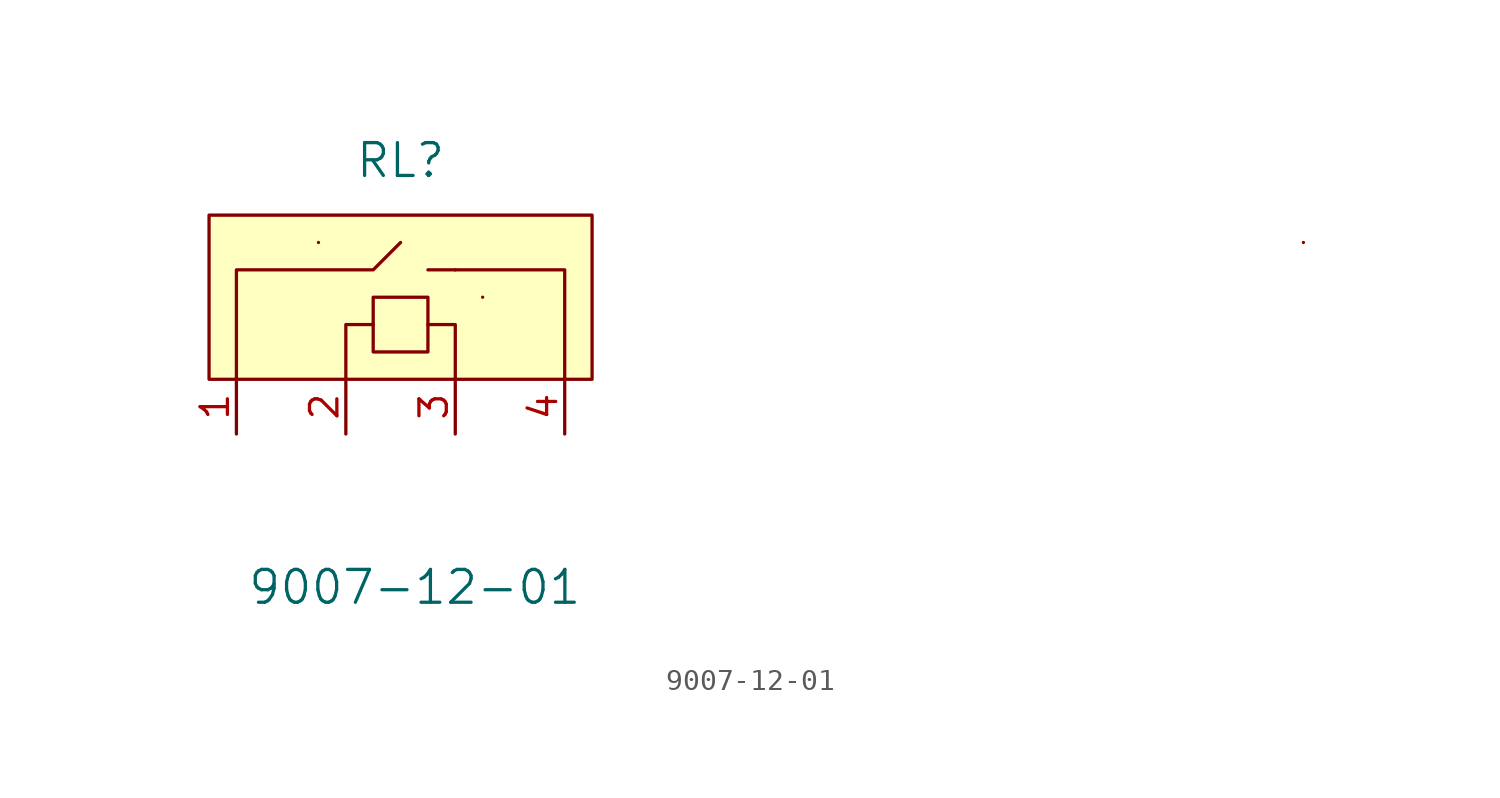
<source format=kicad_sym>
(kicad_symbol_lib
  (version 20220914)
  (generator kicad_symbol_editor)
  (symbol "9007-12-01"
    (pin_names
      (offset 1.016))
    (property "Reference" "RL"
      (at 0 10.16 0)
      (effects (font (size 1.524 1.524))))
    (property "Value" "9007-12-01"
      (at 0.66 -9.652 0)
      (effects (font (size 1.524 1.524))))
    (symbol "9007-12-01_0_1"
      (rectangle (start -3.81 6.35) (end -3.81 6.35) (stroke (width 0) (type default)) (fill (type none)))
      (polyline (pts (xy 2.54 5.08) (xy 1.27 5.08)) (stroke (width 0) (type default)) (fill (type none)))
      (polyline (pts (xy -1.27 2.54) (xy -2.54 2.54) (xy -2.54 0)) (stroke (width 0) (type default)) (fill (type none)))
      (polyline (pts (xy 1.27 2.54) (xy 2.54 2.54) (xy 2.54 0)) (stroke (width 0) (type default)) (fill (type none)))
      (polyline (pts (xy 2.54 5.08) (xy 7.62 5.08) (xy 7.62 0)) (stroke (width 0) (type default)) (fill (type none)))
      (polyline (pts (xy 0 6.35) (xy -1.27 5.08) (xy -7.62 5.08) (xy -7.62 0)) (stroke (width 0) (type default)) (fill (type none)))
      (rectangle (start 1.27 3.81) (end -1.27 1.27) (stroke (width 0) (type default)) (fill (type none)))
      (rectangle (start 3.81 3.81) (end 3.81 3.81) (stroke (width 0) (type default)) (fill (type none)))
      (rectangle (start 8.89 0) (end -8.89 7.62) (stroke (width 0) (type default)) (fill (type background)))
      (rectangle (start 41.91 6.35) (end 41.91 6.35) (stroke (width 0) (type default)) (fill (type none))))
    (symbol "9007-12-01_1_1"
      (pin passive line (at -7.62 -2.54 90) (length 2.54) (name "~" (effects (font (size 1.27 1.27)))) (number "1" (effects (font (size 1.27 1.27)))))
      (pin passive line (at -2.54 -2.54 90) (length 2.54) (name "~" (effects (font (size 1.27 1.27)))) (number "2" (effects (font (size 1.27 1.27)))))
      (pin passive line (at 2.54 -2.54 90) (length 2.54) (name "~" (effects (font (size 1.27 1.27)))) (number "3" (effects (font (size 1.27 1.27)))))
      (pin passive line (at 7.62 -2.54 90) (length 2.54) (name "~" (effects (font (size 1.27 1.27)))) (number "4" (effects (font (size 1.27 1.27))))))))
</source>
